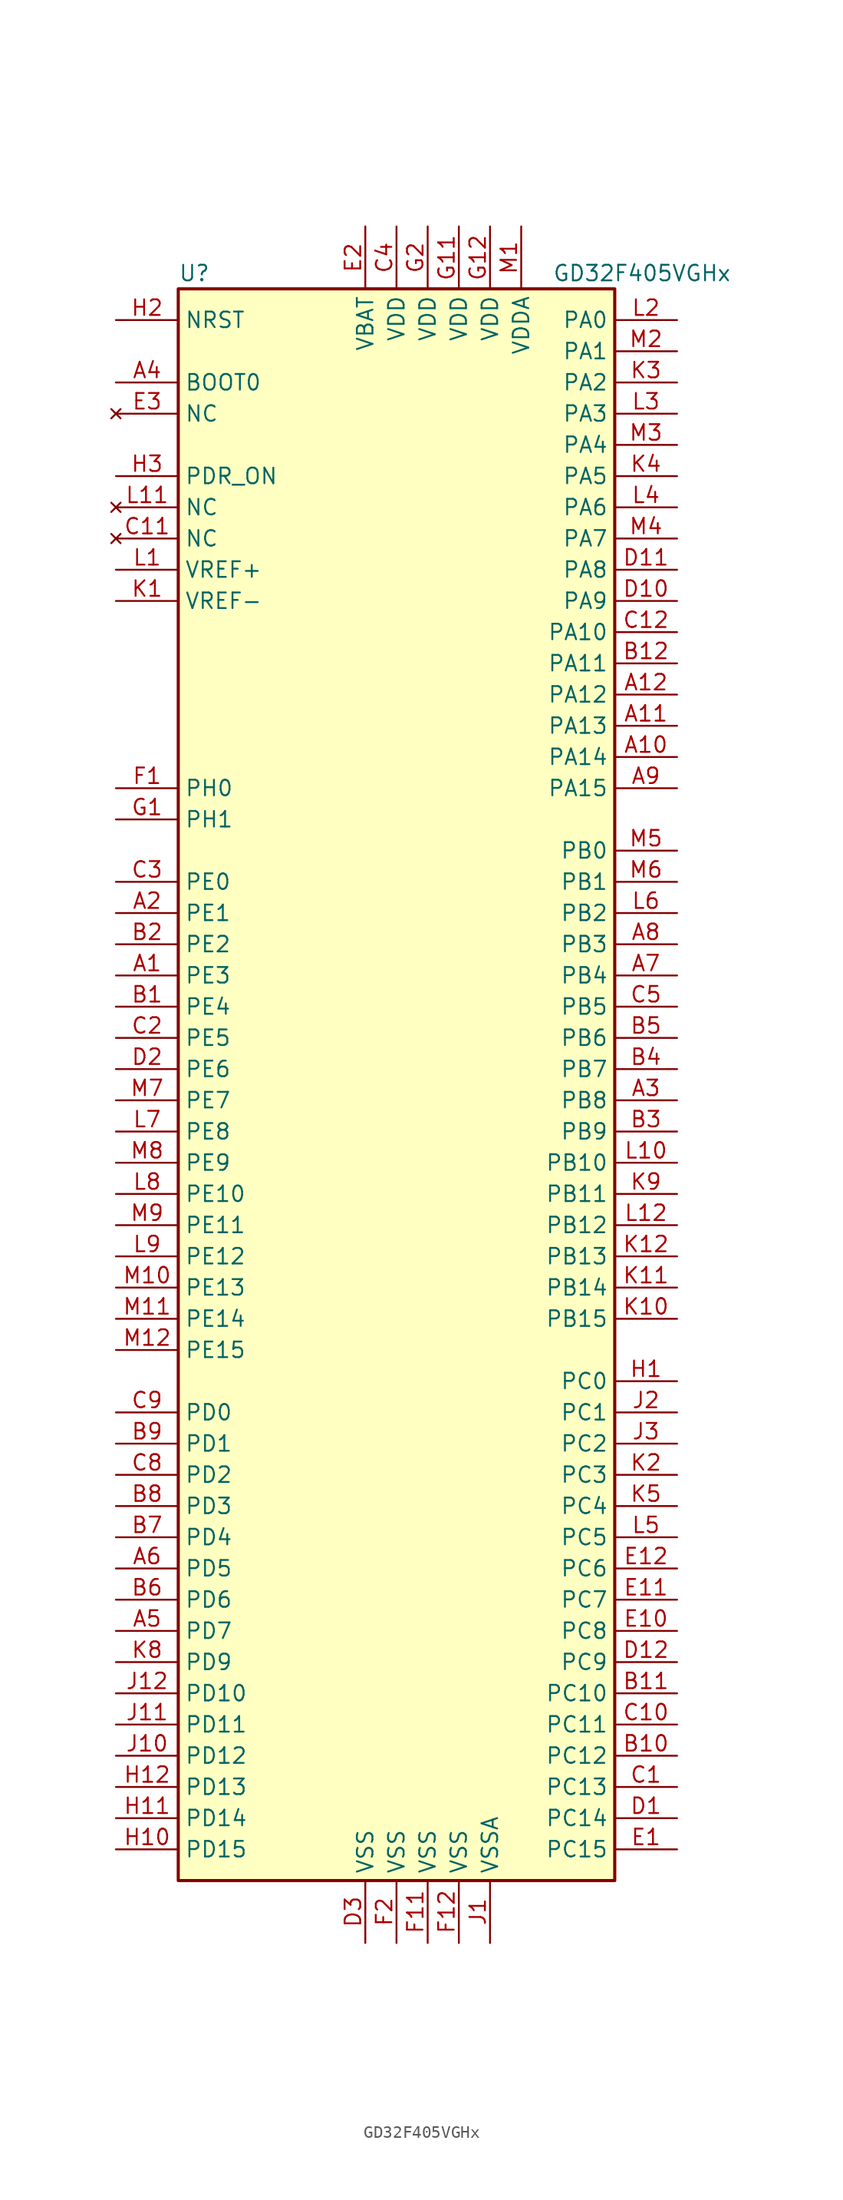
<source format=kicad_sym>
(kicad_symbol_lib
  (version 20211014)
  (generator kicad_symbol_editor)
  (symbol "GD32F405VGHx"
    (property "Reference" "U"
      (at -17.78 64.77 0)
      (effects (font (size 1.27 1.27)) (justify left)))
    (property "Value" "GD32F405VGHx"
      (at 12.7 64.77 0)
      (effects (font (size 1.27 1.27)) (justify left)))
    (symbol "GD32F405VGHx_0_1"
      (rectangle (start -17.78 -66.04) (end 17.78 63.5) (stroke (width 0.254) (type default) (color 0 0 0 0)) (fill (type background))))
    (symbol "GD32F405VGHx_1_1"
      (pin bidirectional line (at -22.86 7.62 0) (length 5.08) (name "PE3" (effects (font (size 1.27 1.27)))) (number "A1" (effects (font (size 1.27 1.27)))))
      (pin bidirectional line (at 22.86 25.4 180) (length 5.08) (name "PA14" (effects (font (size 1.27 1.27)))) (number "A10" (effects (font (size 1.27 1.27)))))
      (pin bidirectional line (at 22.86 27.94 180) (length 5.08) (name "PA13" (effects (font (size 1.27 1.27)))) (number "A11" (effects (font (size 1.27 1.27)))))
      (pin bidirectional line (at 22.86 30.48 180) (length 5.08) (name "PA12" (effects (font (size 1.27 1.27)))) (number "A12" (effects (font (size 1.27 1.27)))))
      (pin bidirectional line (at -22.86 12.7 0) (length 5.08) (name "PE1" (effects (font (size 1.27 1.27)))) (number "A2" (effects (font (size 1.27 1.27)))))
      (pin bidirectional line (at 22.86 -2.54 180) (length 5.08) (name "PB8" (effects (font (size 1.27 1.27)))) (number "A3" (effects (font (size 1.27 1.27)))))
      (pin input line (at -22.86 55.88 0) (length 5.08) (name "BOOT0" (effects (font (size 1.27 1.27)))) (number "A4" (effects (font (size 1.27 1.27)))))
      (pin bidirectional line (at -22.86 -45.72 0) (length 5.08) (name "PD7" (effects (font (size 1.27 1.27)))) (number "A5" (effects (font (size 1.27 1.27)))))
      (pin bidirectional line (at -22.86 -40.64 0) (length 5.08) (name "PD5" (effects (font (size 1.27 1.27)))) (number "A6" (effects (font (size 1.27 1.27)))))
      (pin bidirectional line (at 22.86 7.62 180) (length 5.08) (name "PB4" (effects (font (size 1.27 1.27)))) (number "A7" (effects (font (size 1.27 1.27)))))
      (pin bidirectional line (at 22.86 10.16 180) (length 5.08) (name "PB3" (effects (font (size 1.27 1.27)))) (number "A8" (effects (font (size 1.27 1.27)))))
      (pin bidirectional line (at 22.86 22.86 180) (length 5.08) (name "PA15" (effects (font (size 1.27 1.27)))) (number "A9" (effects (font (size 1.27 1.27)))))
      (pin bidirectional line (at -22.86 5.08 0) (length 5.08) (name "PE4" (effects (font (size 1.27 1.27)))) (number "B1" (effects (font (size 1.27 1.27)))))
      (pin bidirectional line (at 22.86 -55.88 180) (length 5.08) (name "PC12" (effects (font (size 1.27 1.27)))) (number "B10" (effects (font (size 1.27 1.27)))))
      (pin bidirectional line (at 22.86 -50.8 180) (length 5.08) (name "PC10" (effects (font (size 1.27 1.27)))) (number "B11" (effects (font (size 1.27 1.27)))))
      (pin bidirectional line (at 22.86 33.02 180) (length 5.08) (name "PA11" (effects (font (size 1.27 1.27)))) (number "B12" (effects (font (size 1.27 1.27)))))
      (pin bidirectional line (at -22.86 10.16 0) (length 5.08) (name "PE2" (effects (font (size 1.27 1.27)))) (number "B2" (effects (font (size 1.27 1.27)))))
      (pin bidirectional line (at 22.86 -5.08 180) (length 5.08) (name "PB9" (effects (font (size 1.27 1.27)))) (number "B3" (effects (font (size 1.27 1.27)))))
      (pin bidirectional line (at 22.86 0 180) (length 5.08) (name "PB7" (effects (font (size 1.27 1.27)))) (number "B4" (effects (font (size 1.27 1.27)))))
      (pin bidirectional line (at 22.86 2.54 180) (length 5.08) (name "PB6" (effects (font (size 1.27 1.27)))) (number "B5" (effects (font (size 1.27 1.27)))))
      (pin bidirectional line (at -22.86 -43.18 0) (length 5.08) (name "PD6" (effects (font (size 1.27 1.27)))) (number "B6" (effects (font (size 1.27 1.27)))))
      (pin bidirectional line (at -22.86 -38.1 0) (length 5.08) (name "PD4" (effects (font (size 1.27 1.27)))) (number "B7" (effects (font (size 1.27 1.27)))))
      (pin bidirectional line (at -22.86 -35.56 0) (length 5.08) (name "PD3" (effects (font (size 1.27 1.27)))) (number "B8" (effects (font (size 1.27 1.27)))))
      (pin bidirectional line (at -22.86 -30.48 0) (length 5.08) (name "PD1" (effects (font (size 1.27 1.27)))) (number "B9" (effects (font (size 1.27 1.27)))))
      (pin bidirectional line (at 22.86 -58.42 180) (length 5.08) (name "PC13" (effects (font (size 1.27 1.27)))) (number "C1" (effects (font (size 1.27 1.27)))))
      (pin bidirectional line (at 22.86 -53.34 180) (length 5.08) (name "PC11" (effects (font (size 1.27 1.27)))) (number "C10" (effects (font (size 1.27 1.27)))))
      (pin no_connect line (at -22.86 43.18 0) (length 5.08) (name "NC" (effects (font (size 1.27 1.27)))) (number "C11" (effects (font (size 1.27 1.27)))))
      (pin bidirectional line (at 22.86 35.56 180) (length 5.08) (name "PA10" (effects (font (size 1.27 1.27)))) (number "C12" (effects (font (size 1.27 1.27)))))
      (pin bidirectional line (at -22.86 2.54 0) (length 5.08) (name "PE5" (effects (font (size 1.27 1.27)))) (number "C2" (effects (font (size 1.27 1.27)))))
      (pin bidirectional line (at -22.86 15.24 0) (length 5.08) (name "PE0" (effects (font (size 1.27 1.27)))) (number "C3" (effects (font (size 1.27 1.27)))))
      (pin power_in line (at 0 68.58 270) (length 5.08) (name "VDD" (effects (font (size 1.27 1.27)))) (number "C4" (effects (font (size 1.27 1.27)))))
      (pin bidirectional line (at 22.86 5.08 180) (length 5.08) (name "PB5" (effects (font (size 1.27 1.27)))) (number "C5" (effects (font (size 1.27 1.27)))))
      (pin bidirectional line (at -22.86 -33.02 0) (length 5.08) (name "PD2" (effects (font (size 1.27 1.27)))) (number "C8" (effects (font (size 1.27 1.27)))))
      (pin bidirectional line (at -22.86 -27.94 0) (length 5.08) (name "PD0" (effects (font (size 1.27 1.27)))) (number "C9" (effects (font (size 1.27 1.27)))))
      (pin bidirectional line (at 22.86 -60.96 180) (length 5.08) (name "PC14" (effects (font (size 1.27 1.27)))) (number "D1" (effects (font (size 1.27 1.27)))))
      (pin bidirectional line (at 22.86 38.1 180) (length 5.08) (name "PA9" (effects (font (size 1.27 1.27)))) (number "D10" (effects (font (size 1.27 1.27)))))
      (pin bidirectional line (at 22.86 40.64 180) (length 5.08) (name "PA8" (effects (font (size 1.27 1.27)))) (number "D11" (effects (font (size 1.27 1.27)))))
      (pin bidirectional line (at 22.86 -48.26 180) (length 5.08) (name "PC9" (effects (font (size 1.27 1.27)))) (number "D12" (effects (font (size 1.27 1.27)))))
      (pin bidirectional line (at -22.86 0 0) (length 5.08) (name "PE6" (effects (font (size 1.27 1.27)))) (number "D2" (effects (font (size 1.27 1.27)))))
      (pin power_in line (at -2.54 -71.12 90) (length 5.08) (name "VSS" (effects (font (size 1.27 1.27)))) (number "D3" (effects (font (size 1.27 1.27)))))
      (pin bidirectional line (at 22.86 -63.5 180) (length 5.08) (name "PC15" (effects (font (size 1.27 1.27)))) (number "E1" (effects (font (size 1.27 1.27)))))
      (pin bidirectional line (at 22.86 -45.72 180) (length 5.08) (name "PC8" (effects (font (size 1.27 1.27)))) (number "E10" (effects (font (size 1.27 1.27)))))
      (pin bidirectional line (at 22.86 -43.18 180) (length 5.08) (name "PC7" (effects (font (size 1.27 1.27)))) (number "E11" (effects (font (size 1.27 1.27)))))
      (pin bidirectional line (at 22.86 -40.64 180) (length 5.08) (name "PC6" (effects (font (size 1.27 1.27)))) (number "E12" (effects (font (size 1.27 1.27)))))
      (pin power_in line (at -2.54 68.58 270) (length 5.08) (name "VBAT" (effects (font (size 1.27 1.27)))) (number "E2" (effects (font (size 1.27 1.27)))))
      (pin no_connect line (at -22.86 53.34 0) (length 5.08) (name "NC" (effects (font (size 1.27 1.27)))) (number "E3" (effects (font (size 1.27 1.27)))))
      (pin input line (at -22.86 22.86 0) (length 5.08) (name "PH0" (effects (font (size 1.27 1.27)))) (number "F1" (effects (font (size 1.27 1.27)))))
      (pin power_in line (at 2.54 -71.12 90) (length 5.08) (name "VSS" (effects (font (size 1.27 1.27)))) (number "F11" (effects (font (size 1.27 1.27)))))
      (pin power_in line (at 5.08 -71.12 90) (length 5.08) (name "VSS" (effects (font (size 1.27 1.27)))) (number "F12" (effects (font (size 1.27 1.27)))))
      (pin power_in line (at 0 -71.12 90) (length 5.08) (name "VSS" (effects (font (size 1.27 1.27)))) (number "F2" (effects (font (size 1.27 1.27)))))
      (pin input line (at -22.86 20.32 0) (length 5.08) (name "PH1" (effects (font (size 1.27 1.27)))) (number "G1" (effects (font (size 1.27 1.27)))))
      (pin power_in line (at 5.08 68.58 270) (length 5.08) (name "VDD" (effects (font (size 1.27 1.27)))) (number "G11" (effects (font (size 1.27 1.27)))))
      (pin power_in line (at 7.62 68.58 270) (length 5.08) (name "VDD" (effects (font (size 1.27 1.27)))) (number "G12" (effects (font (size 1.27 1.27)))))
      (pin power_in line (at 2.54 68.58 270) (length 5.08) (name "VDD" (effects (font (size 1.27 1.27)))) (number "G2" (effects (font (size 1.27 1.27)))))
      (pin bidirectional line (at 22.86 -25.4 180) (length 5.08) (name "PC0" (effects (font (size 1.27 1.27)))) (number "H1" (effects (font (size 1.27 1.27)))))
      (pin bidirectional line (at -22.86 -63.5 0) (length 5.08) (name "PD15" (effects (font (size 1.27 1.27)))) (number "H10" (effects (font (size 1.27 1.27)))))
      (pin bidirectional line (at -22.86 -60.96 0) (length 5.08) (name "PD14" (effects (font (size 1.27 1.27)))) (number "H11" (effects (font (size 1.27 1.27)))))
      (pin bidirectional line (at -22.86 -58.42 0) (length 5.08) (name "PD13" (effects (font (size 1.27 1.27)))) (number "H12" (effects (font (size 1.27 1.27)))))
      (pin input line (at -22.86 60.96 0) (length 5.08) (name "NRST" (effects (font (size 1.27 1.27)))) (number "H2" (effects (font (size 1.27 1.27)))))
      (pin power_in line (at -22.86 48.26 0) (length 5.08) (name "PDR_ON" (effects (font (size 1.27 1.27)))) (number "H3" (effects (font (size 1.27 1.27)))))
      (pin power_in line (at 7.62 -71.12 90) (length 5.08) (name "VSSA" (effects (font (size 1.27 1.27)))) (number "J1" (effects (font (size 1.27 1.27)))))
      (pin bidirectional line (at -22.86 -55.88 0) (length 5.08) (name "PD12" (effects (font (size 1.27 1.27)))) (number "J10" (effects (font (size 1.27 1.27)))))
      (pin bidirectional line (at -22.86 -53.34 0) (length 5.08) (name "PD11" (effects (font (size 1.27 1.27)))) (number "J11" (effects (font (size 1.27 1.27)))))
      (pin bidirectional line (at -22.86 -50.8 0) (length 5.08) (name "PD10" (effects (font (size 1.27 1.27)))) (number "J12" (effects (font (size 1.27 1.27)))))
      (pin bidirectional line (at 22.86 -27.94 180) (length 5.08) (name "PC1" (effects (font (size 1.27 1.27)))) (number "J2" (effects (font (size 1.27 1.27)))))
      (pin bidirectional line (at 22.86 -30.48 180) (length 5.08) (name "PC2" (effects (font (size 1.27 1.27)))) (number "J3" (effects (font (size 1.27 1.27)))))
      (pin power_in line (at -22.86 38.1 0) (length 5.08) (name "VREF-" (effects (font (size 1.27 1.27)))) (number "K1" (effects (font (size 1.27 1.27)))))
      (pin bidirectional line (at 22.86 -20.32 180) (length 5.08) (name "PB15" (effects (font (size 1.27 1.27)))) (number "K10" (effects (font (size 1.27 1.27)))))
      (pin bidirectional line (at 22.86 -17.78 180) (length 5.08) (name "PB14" (effects (font (size 1.27 1.27)))) (number "K11" (effects (font (size 1.27 1.27)))))
      (pin bidirectional line (at 22.86 -15.24 180) (length 5.08) (name "PB13" (effects (font (size 1.27 1.27)))) (number "K12" (effects (font (size 1.27 1.27)))))
      (pin bidirectional line (at 22.86 -33.02 180) (length 5.08) (name "PC3" (effects (font (size 1.27 1.27)))) (number "K2" (effects (font (size 1.27 1.27)))))
      (pin bidirectional line (at 22.86 55.88 180) (length 5.08) (name "PA2" (effects (font (size 1.27 1.27)))) (number "K3" (effects (font (size 1.27 1.27)))))
      (pin bidirectional line (at 22.86 48.26 180) (length 5.08) (name "PA5" (effects (font (size 1.27 1.27)))) (number "K4" (effects (font (size 1.27 1.27)))))
      (pin bidirectional line (at 22.86 -35.56 180) (length 5.08) (name "PC4" (effects (font (size 1.27 1.27)))) (number "K5" (effects (font (size 1.27 1.27)))))
      (pin bidirectional line (at -22.86 -48.26 0) (length 5.08) (name "PD9" (effects (font (size 1.27 1.27)))) (number "K8" (effects (font (size 1.27 1.27)))))
      (pin bidirectional line (at 22.86 -10.16 180) (length 5.08) (name "PB11" (effects (font (size 1.27 1.27)))) (number "K9" (effects (font (size 1.27 1.27)))))
      (pin power_in line (at -22.86 40.64 0) (length 5.08) (name "VREF+" (effects (font (size 1.27 1.27)))) (number "L1" (effects (font (size 1.27 1.27)))))
      (pin bidirectional line (at 22.86 -7.62 180) (length 5.08) (name "PB10" (effects (font (size 1.27 1.27)))) (number "L10" (effects (font (size 1.27 1.27)))))
      (pin no_connect line (at -22.86 45.72 0) (length 5.08) (name "NC" (effects (font (size 1.27 1.27)))) (number "L11" (effects (font (size 1.27 1.27)))))
      (pin bidirectional line (at 22.86 -12.7 180) (length 5.08) (name "PB12" (effects (font (size 1.27 1.27)))) (number "L12" (effects (font (size 1.27 1.27)))))
      (pin bidirectional line (at 22.86 60.96 180) (length 5.08) (name "PA0" (effects (font (size 1.27 1.27)))) (number "L2" (effects (font (size 1.27 1.27)))))
      (pin bidirectional line (at 22.86 53.34 180) (length 5.08) (name "PA3" (effects (font (size 1.27 1.27)))) (number "L3" (effects (font (size 1.27 1.27)))))
      (pin bidirectional line (at 22.86 45.72 180) (length 5.08) (name "PA6" (effects (font (size 1.27 1.27)))) (number "L4" (effects (font (size 1.27 1.27)))))
      (pin bidirectional line (at 22.86 -38.1 180) (length 5.08) (name "PC5" (effects (font (size 1.27 1.27)))) (number "L5" (effects (font (size 1.27 1.27)))))
      (pin bidirectional line (at 22.86 12.7 180) (length 5.08) (name "PB2" (effects (font (size 1.27 1.27)))) (number "L6" (effects (font (size 1.27 1.27)))))
      (pin bidirectional line (at -22.86 -5.08 0) (length 5.08) (name "PE8" (effects (font (size 1.27 1.27)))) (number "L7" (effects (font (size 1.27 1.27)))))
      (pin bidirectional line (at -22.86 -10.16 0) (length 5.08) (name "PE10" (effects (font (size 1.27 1.27)))) (number "L8" (effects (font (size 1.27 1.27)))))
      (pin bidirectional line (at -22.86 -15.24 0) (length 5.08) (name "PE12" (effects (font (size 1.27 1.27)))) (number "L9" (effects (font (size 1.27 1.27)))))
      (pin power_in line (at 10.16 68.58 270) (length 5.08) (name "VDDA" (effects (font (size 1.27 1.27)))) (number "M1" (effects (font (size 1.27 1.27)))))
      (pin bidirectional line (at -22.86 -17.78 0) (length 5.08) (name "PE13" (effects (font (size 1.27 1.27)))) (number "M10" (effects (font (size 1.27 1.27)))))
      (pin bidirectional line (at -22.86 -20.32 0) (length 5.08) (name "PE14" (effects (font (size 1.27 1.27)))) (number "M11" (effects (font (size 1.27 1.27)))))
      (pin bidirectional line (at -22.86 -22.86 0) (length 5.08) (name "PE15" (effects (font (size 1.27 1.27)))) (number "M12" (effects (font (size 1.27 1.27)))))
      (pin bidirectional line (at 22.86 58.42 180) (length 5.08) (name "PA1" (effects (font (size 1.27 1.27)))) (number "M2" (effects (font (size 1.27 1.27)))))
      (pin bidirectional line (at 22.86 50.8 180) (length 5.08) (name "PA4" (effects (font (size 1.27 1.27)))) (number "M3" (effects (font (size 1.27 1.27)))))
      (pin bidirectional line (at 22.86 43.18 180) (length 5.08) (name "PA7" (effects (font (size 1.27 1.27)))) (number "M4" (effects (font (size 1.27 1.27)))))
      (pin bidirectional line (at 22.86 17.78 180) (length 5.08) (name "PB0" (effects (font (size 1.27 1.27)))) (number "M5" (effects (font (size 1.27 1.27)))))
      (pin bidirectional line (at 22.86 15.24 180) (length 5.08) (name "PB1" (effects (font (size 1.27 1.27)))) (number "M6" (effects (font (size 1.27 1.27)))))
      (pin bidirectional line (at -22.86 -2.54 0) (length 5.08) (name "PE7" (effects (font (size 1.27 1.27)))) (number "M7" (effects (font (size 1.27 1.27)))))
      (pin bidirectional line (at -22.86 -7.62 0) (length 5.08) (name "PE9" (effects (font (size 1.27 1.27)))) (number "M8" (effects (font (size 1.27 1.27)))))
      (pin bidirectional line (at -22.86 -12.7 0) (length 5.08) (name "PE11" (effects (font (size 1.27 1.27)))) (number "M9" (effects (font (size 1.27 1.27))))))))
</source>
